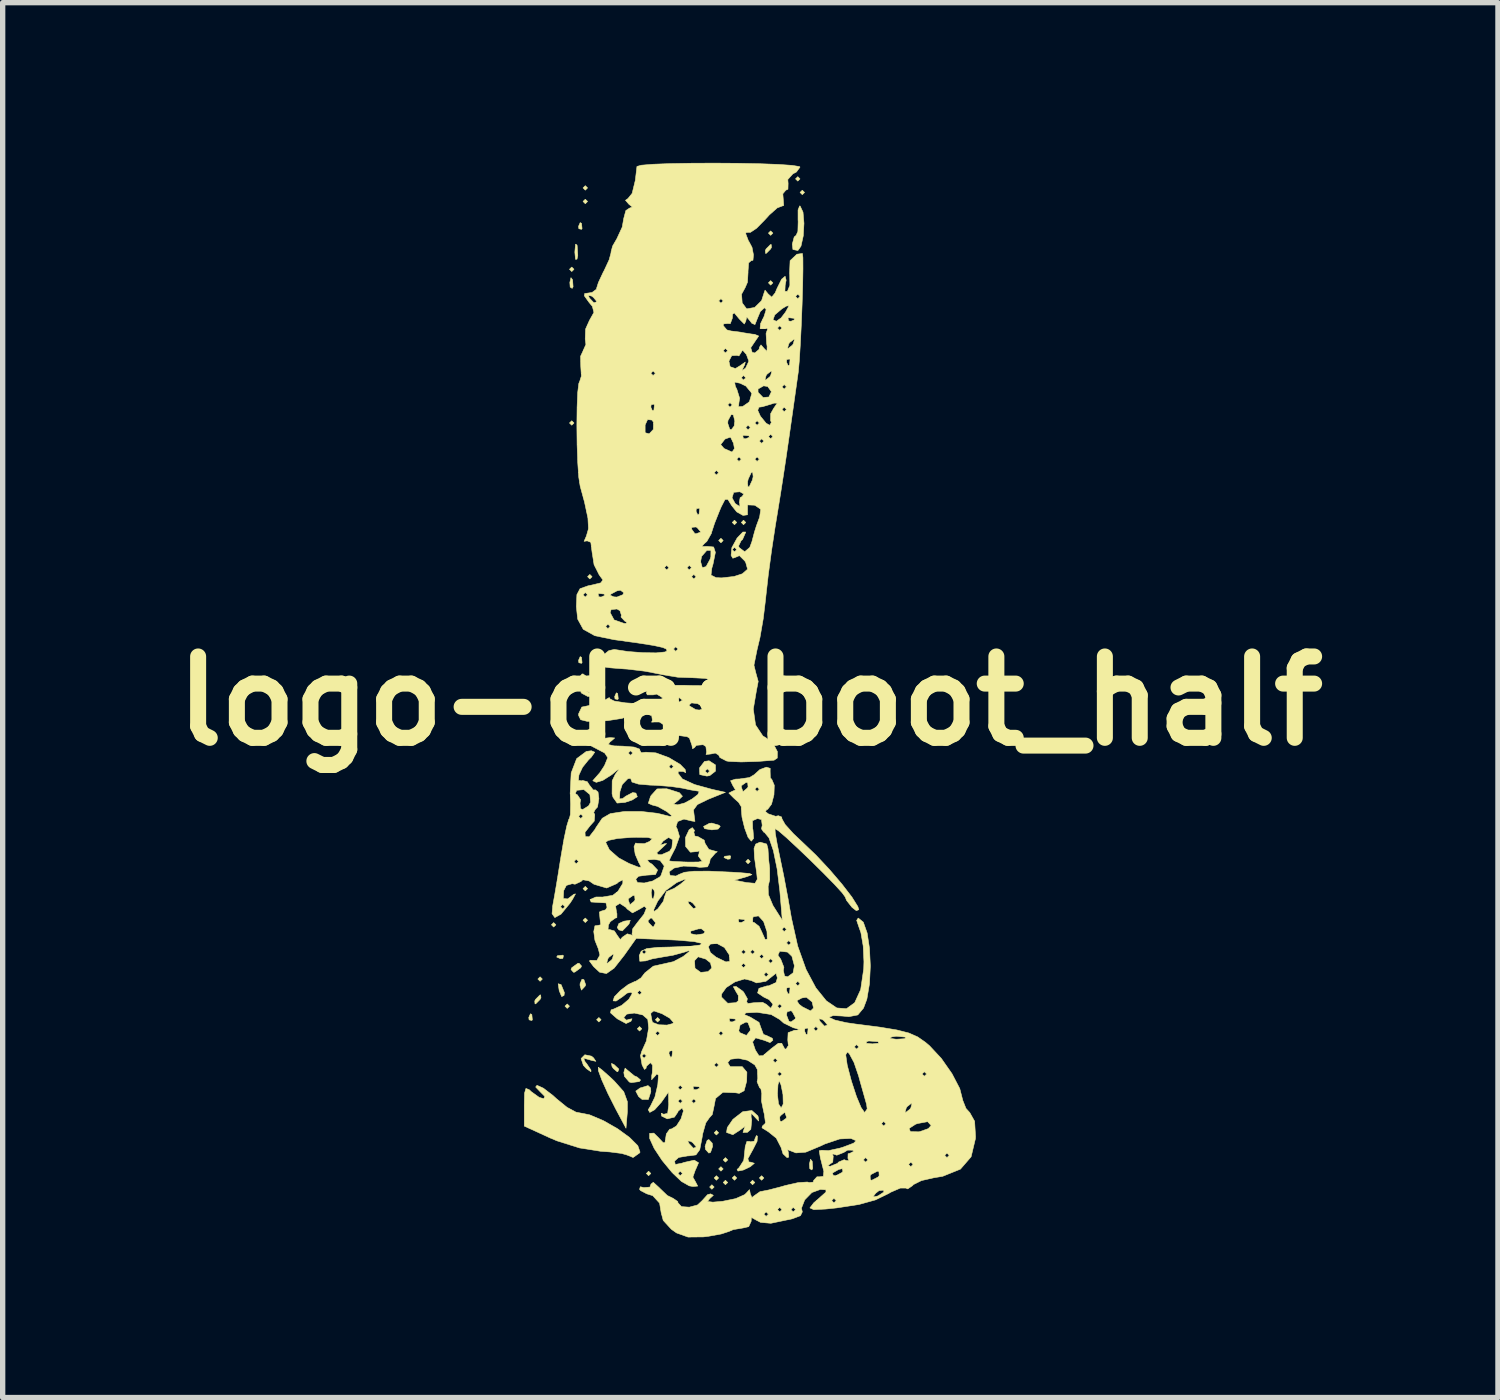
<source format=kicad_pcb>
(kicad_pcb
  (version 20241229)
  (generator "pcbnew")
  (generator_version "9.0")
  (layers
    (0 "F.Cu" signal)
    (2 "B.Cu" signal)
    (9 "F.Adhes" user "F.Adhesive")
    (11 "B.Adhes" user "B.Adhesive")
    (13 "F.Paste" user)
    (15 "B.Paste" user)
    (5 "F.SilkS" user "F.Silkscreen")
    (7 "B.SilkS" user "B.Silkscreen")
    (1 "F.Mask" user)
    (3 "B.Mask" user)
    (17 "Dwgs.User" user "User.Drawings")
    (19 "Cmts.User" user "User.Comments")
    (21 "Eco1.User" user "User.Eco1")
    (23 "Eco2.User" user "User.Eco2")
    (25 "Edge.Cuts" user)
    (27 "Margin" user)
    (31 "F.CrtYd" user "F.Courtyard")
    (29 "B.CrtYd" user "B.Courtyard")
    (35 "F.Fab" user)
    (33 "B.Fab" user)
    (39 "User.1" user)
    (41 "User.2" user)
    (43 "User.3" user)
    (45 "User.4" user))
  (footprint "logo-dasboot_half"
    (layer "F.Cu")
    (at 11.002 10.079)
    (property "Reference" "logo-dasboot_half" (at 0 0 0) (layer "F.SilkS") (effects (font (size 1.524 1.524) (thickness 0.3))))
    (attr through_hole)
    (fp_poly (pts (xy -3.895 5.207) (xy -3.937 5.249) (xy -3.979 5.207) (xy -3.937 5.165) (xy -3.895 5.207)) (stroke (width 0.01) (type solid)) (fill yes) (layer "F.SilkS"))
    (fp_poly (pts (xy -3.641 4.191) (xy -3.683 4.233) (xy -3.725 4.191) (xy -3.683 4.149) (xy -3.641 4.191)) (stroke (width 0.01) (type solid)) (fill yes) (layer "F.SilkS"))
    (fp_poly (pts (xy -3.387 5.715) (xy -3.429 5.757) (xy -3.471 5.715) (xy -3.429 5.673) (xy -3.387 5.715)) (stroke (width 0.01) (type solid)) (fill yes) (layer "F.SilkS"))
    (fp_poly (pts (xy -3.302 -8.086) (xy -3.344 -8.043) (xy -3.387 -8.086) (xy -3.344 -8.128) (xy -3.302 -8.086)) (stroke (width 0.01) (type solid)) (fill yes) (layer "F.SilkS"))
    (fp_poly (pts (xy -3.302 -5.207) (xy -3.344 -5.165) (xy -3.387 -5.207) (xy -3.344 -5.249) (xy -3.302 -5.207)) (stroke (width 0.01) (type solid)) (fill yes) (layer "F.SilkS"))
    (fp_poly (pts (xy -3.048 -9.61) (xy -3.09 -9.567) (xy -3.133 -9.61) (xy -3.09 -9.652) (xy -3.048 -9.61)) (stroke (width 0.01) (type solid)) (fill yes) (layer "F.SilkS"))
    (fp_poly (pts (xy -3.048 -9.356) (xy -3.09 -9.313) (xy -3.133 -9.356) (xy -3.09 -9.398) (xy -3.048 -9.356)) (stroke (width 0.01) (type solid)) (fill yes) (layer "F.SilkS"))
    (fp_poly (pts (xy -3.048 3.514) (xy -3.09 3.556) (xy -3.133 3.514) (xy -3.09 3.471) (xy -3.048 3.514)) (stroke (width 0.01) (type solid)) (fill yes) (layer "F.SilkS"))
    (fp_poly (pts (xy -3.048 4.106) (xy -3.09 4.149) (xy -3.133 4.106) (xy -3.09 4.064) (xy -3.048 4.106)) (stroke (width 0.01) (type solid)) (fill yes) (layer "F.SilkS"))
    (fp_poly (pts (xy -2.963 -2.328) (xy -3.006 -2.286) (xy -3.048 -2.328) (xy -3.006 -2.371) (xy -2.963 -2.328)) (stroke (width 0.01) (type solid)) (fill yes) (layer "F.SilkS"))
    (fp_poly (pts (xy -2.794 -0.212) (xy -2.836 -0.169) (xy -2.879 -0.212) (xy -2.836 -0.254) (xy -2.794 -0.212)) (stroke (width 0.01) (type solid)) (fill yes) (layer "F.SilkS"))
    (fp_poly (pts (xy -2.794 5.969) (xy -2.836 6.011) (xy -2.879 5.969) (xy -2.836 5.927) (xy -2.794 5.969)) (stroke (width 0.01) (type solid)) (fill yes) (layer "F.SilkS"))
    (fp_poly (pts (xy -2.032 -0.212) (xy -2.074 -0.169) (xy -2.117 -0.212) (xy -2.074 -0.254) (xy -2.032 -0.212)) (stroke (width 0.01) (type solid)) (fill yes) (layer "F.SilkS"))
    (fp_poly (pts (xy -2.032 6.138) (xy -2.074 6.181) (xy -2.117 6.138) (xy -2.074 6.096) (xy -2.032 6.138)) (stroke (width 0.01) (type solid)) (fill yes) (layer "F.SilkS"))
    (fp_poly (pts (xy -1.863 8.848) (xy -1.905 8.89) (xy -1.947 8.848) (xy -1.905 8.805) (xy -1.863 8.848)) (stroke (width 0.01) (type solid)) (fill yes) (layer "F.SilkS"))
    (fp_poly (pts (xy -1.693 5.969) (xy -1.736 6.011) (xy -1.778 5.969) (xy -1.736 5.927) (xy -1.693 5.969)) (stroke (width 0.01) (type solid)) (fill yes) (layer "F.SilkS"))
    (fp_poly (pts (xy -0.677 9.102) (xy -0.72 9.144) (xy -0.762 9.102) (xy -0.72 9.059) (xy -0.677 9.102)) (stroke (width 0.01) (type solid)) (fill yes) (layer "F.SilkS"))
    (fp_poly (pts (xy -0.593 8.086) (xy -0.635 8.128) (xy -0.677 8.086) (xy -0.635 8.043) (xy -0.593 8.086)) (stroke (width 0.01) (type solid)) (fill yes) (layer "F.SilkS"))
    (fp_poly (pts (xy -0.593 8.932) (xy -0.635 8.975) (xy -0.677 8.932) (xy -0.635 8.89) (xy -0.593 8.932)) (stroke (width 0.01) (type solid)) (fill yes) (layer "F.SilkS"))
    (fp_poly (pts (xy -0.508 -3.006) (xy -0.55 -2.963) (xy -0.593 -3.006) (xy -0.55 -3.048) (xy -0.508 -3.006)) (stroke (width 0.01) (type solid)) (fill yes) (layer "F.SilkS"))
    (fp_poly (pts (xy -0.508 8.763) (xy -0.55 8.805) (xy -0.593 8.763) (xy -0.55 8.721) (xy -0.508 8.763)) (stroke (width 0.01) (type solid)) (fill yes) (layer "F.SilkS"))
    (fp_poly (pts (xy -0.423 8.594) (xy -0.466 8.636) (xy -0.508 8.594) (xy -0.466 8.551) (xy -0.423 8.594)) (stroke (width 0.01) (type solid)) (fill yes) (layer "F.SilkS"))
    (fp_poly (pts (xy -0.423 9.017) (xy -0.466 9.059) (xy -0.508 9.017) (xy -0.466 8.975) (xy -0.423 9.017)) (stroke (width 0.01) (type solid)) (fill yes) (layer "F.SilkS"))
    (fp_poly (pts (xy -0.254 -3.344) (xy -0.296 -3.302) (xy -0.339 -3.344) (xy -0.296 -3.387) (xy -0.254 -3.344)) (stroke (width 0.01) (type solid)) (fill yes) (layer "F.SilkS"))
    (fp_poly (pts (xy -0.254 8.932) (xy -0.296 8.975) (xy -0.339 8.932) (xy -0.296 8.89) (xy -0.254 8.932)) (stroke (width 0.01) (type solid)) (fill yes) (layer "F.SilkS"))
    (fp_poly (pts (xy -0.085 -3.344) (xy -0.127 -3.302) (xy -0.169 -3.344) (xy -0.127 -3.387) (xy -0.085 -3.344)) (stroke (width 0.01) (type solid)) (fill yes) (layer "F.SilkS"))
    (fp_poly (pts (xy 0 3.006) (xy -0.042 3.048) (xy -0.085 3.006) (xy -0.042 2.963) (xy 0 3.006)) (stroke (width 0.01) (type solid)) (fill yes) (layer "F.SilkS"))
    (fp_poly (pts (xy 0.085 9.017) (xy 0.042 9.059) (xy 0 9.017) (xy 0.042 8.975) (xy 0.085 9.017)) (stroke (width 0.01) (type solid)) (fill yes) (layer "F.SilkS"))
    (fp_poly (pts (xy 0.254 8.932) (xy 0.212 8.975) (xy 0.169 8.932) (xy 0.212 8.89) (xy 0.254 8.932)) (stroke (width 0.01) (type solid)) (fill yes) (layer "F.SilkS"))
    (fp_poly (pts (xy 0.423 -8.763) (xy 0.381 -8.721) (xy 0.339 -8.763) (xy 0.381 -8.805) (xy 0.423 -8.763)) (stroke (width 0.01) (type solid)) (fill yes) (layer "F.SilkS"))
    (fp_poly (pts (xy 0.423 -7.832) (xy 0.381 -7.789) (xy 0.339 -7.832) (xy 0.381 -7.874) (xy 0.423 -7.832)) (stroke (width 0.01) (type solid)) (fill yes) (layer "F.SilkS"))
    (fp_poly (pts (xy 0.931 -9.779) (xy 0.889 -9.737) (xy 0.847 -9.779) (xy 0.889 -9.821) (xy 0.931 -9.779)) (stroke (width 0.01) (type solid)) (fill yes) (layer "F.SilkS"))
    (fp_poly (pts (xy 1.016 -9.525) (xy 0.974 -9.483) (xy 0.931 -9.525) (xy 0.974 -9.567) (xy 1.016 -9.525)) (stroke (width 0.01) (type solid)) (fill yes) (layer "F.SilkS"))
    (fp_poly (pts (xy -4.092 5.87) (xy -4.082 5.971) (xy -4.092 5.983) (xy -4.143 5.971) (xy -4.149 5.927) (xy -4.118 5.857) (xy -4.092 5.87)) (stroke (width 0.01) (type solid)) (fill yes) (layer "F.SilkS"))
    (fp_poly (pts (xy -3.5 4.77) (xy -3.511 4.82) (xy -3.556 4.826) (xy -3.626 4.795) (xy -3.612 4.77) (xy -3.512 4.759) (xy -3.5 4.77)) (stroke (width 0.01) (type solid)) (fill yes) (layer "F.SilkS"))
    (fp_poly (pts (xy -3.329 -7.89) (xy -3.319 -7.758) (xy -3.336 -7.728) (xy -3.374 -7.753) (xy -3.38 -7.839) (xy -3.359 -7.929) (xy -3.329 -7.89)) (stroke (width 0.01) (type solid)) (fill yes) (layer "F.SilkS"))
    (fp_poly (pts (xy -3.161 -8.946) (xy -3.151 -8.846) (xy -3.161 -8.834) (xy -3.211 -8.845) (xy -3.217 -8.89) (xy -3.186 -8.96) (xy -3.161 -8.946)) (stroke (width 0.01) (type solid)) (fill yes) (layer "F.SilkS"))
    (fp_poly (pts (xy -3.161 -0.818) (xy -3.151 -0.718) (xy -3.161 -0.706) (xy -3.211 -0.717) (xy -3.217 -0.762) (xy -3.186 -0.832) (xy -3.161 -0.818)) (stroke (width 0.01) (type solid)) (fill yes) (layer "F.SilkS"))
    (fp_poly (pts (xy -3.161 0.706) (xy -3.151 0.806) (xy -3.161 0.818) (xy -3.211 0.807) (xy -3.217 0.762) (xy -3.186 0.692) (xy -3.161 0.706)) (stroke (width 0.01) (type solid)) (fill yes) (layer "F.SilkS"))
    (fp_poly (pts (xy -2.484 -0.141) (xy -2.473 -0.041) (xy -2.484 -0.028) (xy -2.534 -0.04) (xy -2.54 -0.085) (xy -2.509 -0.154) (xy -2.484 -0.141)) (stroke (width 0.01) (type solid)) (fill yes) (layer "F.SilkS"))
    (fp_poly (pts (xy -0.367 2.907) (xy -0.379 2.957) (xy -0.423 2.963) (xy -0.493 2.932) (xy -0.48 2.907) (xy -0.379 2.897) (xy -0.367 2.907)) (stroke (width 0.01) (type solid)) (fill yes) (layer "F.SilkS"))
    (fp_poly (pts (xy 1.159 8.62) (xy 1.169 8.752) (xy 1.152 8.782) (xy 1.113 8.757) (xy 1.107 8.671) (xy 1.128 8.581) (xy 1.159 8.62)) (stroke (width 0.01) (type solid)) (fill yes) (layer "F.SilkS"))
    (fp_poly (pts (xy -3.546 5.31) (xy -3.542 5.314) (xy -3.482 5.461) (xy -3.489 5.515) (xy -3.533 5.535) (xy -3.579 5.425) (xy -3.598 5.295) (xy -3.546 5.31)) (stroke (width 0.01) (type solid)) (fill yes) (layer "F.SilkS"))
    (fp_poly (pts (xy -3.117 5.217) (xy -3.083 5.315) (xy -3.094 5.34) (xy -3.163 5.414) (xy -3.189 5.327) (xy -3.189 5.295) (xy -3.152 5.21) (xy -3.117 5.217)) (stroke (width 0.01) (type solid)) (fill yes) (layer "F.SilkS"))
    (fp_poly (pts (xy -3.095 -0.202) (xy -2.976 -0.133) (xy -2.996 -0.089) (xy -3.043 -0.085) (xy -3.158 -0.146) (xy -3.174 -0.168) (xy -3.161 -0.216) (xy -3.095 -0.202)) (stroke (width 0.01) (type solid)) (fill yes) (layer "F.SilkS"))
    (fp_poly (pts (xy -2.553 6.808) (xy -2.462 6.893) (xy -2.481 6.942) (xy -2.493 6.943) (xy -2.564 6.883) (xy -2.59 6.845) (xy -2.6 6.787) (xy -2.553 6.808)) (stroke (width 0.01) (type solid)) (fill yes) (layer "F.SilkS"))
    (fp_poly (pts (xy -3.921 5.558) (xy -3.937 5.588) (xy -4.017 5.669) (xy -4.032 5.673) (xy -4.037 5.618) (xy -4.022 5.588) (xy -3.942 5.507) (xy -3.927 5.503) (xy -3.921 5.558)) (stroke (width 0.01) (type solid)) (fill yes) (layer "F.SilkS"))
    (fp_poly (pts (xy -3.248 -8.543) (xy -3.243 -8.529) (xy -3.231 -8.344) (xy -3.246 -8.275) (xy -3.274 -8.272) (xy -3.286 -8.404) (xy -3.285 -8.424) (xy -3.273 -8.556) (xy -3.248 -8.543)) (stroke (width 0.01) (type solid)) (fill yes) (layer "F.SilkS"))
    (fp_poly (pts (xy -3.161 4.963) (xy -3.175 4.995) (xy -3.287 5.077) (xy -3.312 5.08) (xy -3.358 5.028) (xy -3.344 4.995) (xy -3.232 4.914) (xy -3.207 4.911) (xy -3.161 4.963)) (stroke (width 0.01) (type solid)) (fill yes) (layer "F.SilkS"))
    (fp_poly (pts (xy -3.05 -0.444) (xy -3.048 -0.423) (xy -3.112 -0.341) (xy -3.133 -0.339) (xy -3.215 -0.403) (xy -3.217 -0.423) (xy -3.153 -0.506) (xy -3.133 -0.508) (xy -3.05 -0.444)) (stroke (width 0.01) (type solid)) (fill yes) (layer "F.SilkS"))
    (fp_poly (pts (xy -2.27 4.171) (xy -2.292 4.198) (xy -2.397 4.305) (xy -2.462 4.286) (xy -2.492 4.243) (xy -2.461 4.166) (xy -2.365 4.123) (xy -2.248 4.106) (xy -2.27 4.171)) (stroke (width 0.01) (type solid)) (fill yes) (layer "F.SilkS"))
    (fp_poly (pts (xy -2.198 0.405) (xy -2.171 0.466) (xy -2.169 0.575) (xy -2.204 0.593) (xy -2.277 0.524) (xy -2.286 0.466) (xy -2.268 0.353) (xy -2.253 0.339) (xy -2.198 0.405)) (stroke (width 0.01) (type solid)) (fill yes) (layer "F.SilkS"))
    (fp_poly (pts (xy -1.867 7.247) (xy -1.863 7.319) (xy -1.91 7.463) (xy -2.026 7.462) (xy -2.092 7.407) (xy -2.145 7.305) (xy -2.064 7.247) (xy -1.915 7.202) (xy -1.867 7.247)) (stroke (width 0.01) (type solid)) (fill yes) (layer "F.SilkS"))
    (fp_poly (pts (xy -0.713 8.281) (xy -0.706 8.34) (xy -0.744 8.452) (xy -0.776 8.467) (xy -0.839 8.398) (xy -0.847 8.34) (xy -0.808 8.227) (xy -0.776 8.213) (xy -0.713 8.281)) (stroke (width 0.01) (type solid)) (fill yes) (layer "F.SilkS"))
    (fp_poly (pts (xy -0.587 2.326) (xy -0.563 2.349) (xy -0.603 2.398) (xy -0.72 2.413) (xy -0.855 2.391) (xy -0.876 2.349) (xy -0.767 2.291) (xy -0.72 2.286) (xy -0.587 2.326)) (stroke (width 0.01) (type solid)) (fill yes) (layer "F.SilkS"))
    (fp_poly (pts (xy 0.397 -8.497) (xy 0.381 -8.467) (xy 0.301 -8.386) (xy 0.286 -8.382) (xy 0.281 -8.437) (xy 0.296 -8.467) (xy 0.376 -8.548) (xy 0.391 -8.551) (xy 0.397 -8.497)) (stroke (width 0.01) (type solid)) (fill yes) (layer "F.SilkS"))
    (fp_poly (pts (xy -2.306 6.909) (xy -2.173 7.019) (xy -2.121 7.041) (xy -2.055 7.098) (xy -2.079 7.127) (xy -2.226 7.146) (xy -2.265 7.136) (xy -2.357 7.03) (xy -2.369 6.957) (xy -2.345 6.875) (xy -2.306 6.909)) (stroke (width 0.01) (type solid)) (fill yes) (layer "F.SilkS"))
    (fp_poly (pts (xy -2.775 6.911) (xy -2.625 7.044) (xy -2.548 7.117) (xy -2.37 7.317) (xy -2.302 7.504) (xy -2.302 7.689) (xy -2.328 8.001) (xy -2.522 7.638) (xy -2.667 7.351) (xy -2.78 7.1) (xy -2.845 6.923) (xy -2.847 6.858) (xy -2.775 6.911)) (stroke (width 0.01) (type solid)) (fill yes) (layer "F.SilkS"))
    (fp_poly (pts (xy -2.974 6.651) (xy -2.935 6.684) (xy -2.892 6.748) (xy -2.986 6.727) (xy -3.006 6.72) (xy -3.121 6.688) (xy -3.1 6.747) (xy -3.059 6.8) (xy -2.984 6.912) (xy -2.985 6.943) (xy -3.068 6.886) (xy -3.126 6.823) (xy -3.169 6.696) (xy -3.099 6.625) (xy -2.974 6.651)) (stroke (width 0.01) (type solid)) (fill yes) (layer "F.SilkS"))
    (fp_poly (pts (xy -0.652 1.197) (xy -0.652 1.313) (xy -0.76 1.397) (xy -0.814 1.406) (xy -0.946 1.378) (xy -0.949 1.312) (xy -0.847 1.312) (xy -0.804 1.355) (xy -0.762 1.312) (xy -0.804 1.27) (xy -0.847 1.312) (xy -0.949 1.312) (xy -0.952 1.254) (xy -0.858 1.131) (xy -0.772 1.119) (xy -0.652 1.197)) (stroke (width 0.01) (type solid)) (fill yes) (layer "F.SilkS"))
    (fp_poly (pts (xy 0.933 -9.27) (xy 0.987 -9.156) (xy 1.005 -8.947) (xy 0.992 -8.713) (xy 0.949 -8.519) (xy 0.891 -8.437) (xy 0.798 -8.456) (xy 0.786 -8.556) (xy 0.822 -8.691) (xy 0.858 -8.721) (xy 0.891 -8.795) (xy 0.896 -8.977) (xy 0.894 -9.015) (xy 0.894 -9.197) (xy 0.924 -9.273) (xy 0.933 -9.27)) (stroke (width 0.01) (type solid)) (fill yes) (layer "F.SilkS"))
    (fp_poly (pts (xy 0.134 8.149) (xy 0.127 8.246) (xy 0.043 8.411) (xy 0.039 8.417) (xy -0.046 8.572) (xy -0.026 8.632) (xy 0.011 8.637) (xy 0.076 8.657) (xy 0 8.721) (xy -0.132 8.784) (xy -0.231 8.803) (xy -0.248 8.773) (xy -0.212 8.741) (xy -0.124 8.605) (xy -0.119 8.572) (xy -0.095 8.344) (xy -0.064 8.248) (xy -0.012 8.248) (xy 0 8.255) (xy 0.077 8.242) (xy 0.085 8.204) (xy 0.114 8.138) (xy 0.134 8.149)) (stroke (width 0.01) (type solid)) (fill yes) (layer "F.SilkS"))
    (fp_poly (pts (xy 0.141 7.769) (xy 0.15 7.797) (xy 0.156 7.866) (xy 0.089 7.796) (xy 0.084 7.789) (xy 0.016 7.719) (xy 0.015 7.793) (xy 0.026 7.847) (xy 0.01 8.021) (xy -0.056 8.079) (xy -0.137 8.08) (xy -0.119 8.021) (xy -0.096 7.96) (xy -0.174 8.022) (xy -0.326 8.122) (xy -0.442 8.082) (xy -0.445 8.078) (xy -0.431 7.988) (xy -0.328 7.838) (xy -0.324 7.833) (xy -0.141 7.691) (xy 0.029 7.669) (xy 0.141 7.769)) (stroke (width 0.01) (type solid)) (fill yes) (layer "F.SilkS"))
    (fp_poly (pts (xy -3.875 7.251) (xy -3.696 7.388) (xy -3.627 7.451) (xy -3.433 7.609) (xy -3.266 7.699) (xy -3.226 7.707) (xy -3.009 7.75) (xy -2.751 7.859) (xy -2.488 8.009) (xy -2.261 8.174) (xy -2.107 8.328) (xy -2.065 8.448) (xy -2.072 8.462) (xy -2.195 8.549) (xy -2.305 8.504) (xy -2.41 8.473) (xy -2.628 8.445) (xy -2.806 8.432) (xy -3.198 8.37) (xy -3.618 8.238) (xy -3.747 8.184) (xy -4.233 7.961) (xy -4.233 7.573) (xy -4.228 7.343) (xy -4.202 7.255) (xy -4.14 7.28) (xy -4.1 7.318) (xy -3.952 7.424) (xy -3.867 7.448) (xy -3.848 7.405) (xy -3.932 7.321) (xy -4.02 7.229) (xy -3.995 7.197) (xy -3.875 7.251)) (stroke (width 0.01) (type solid)) (fill yes) (layer "F.SilkS"))
    (fp_poly (pts (xy -0.241 -10.071) (xy 0.17 -10.063) (xy 0.522 -10.05) (xy 0.782 -10.032) (xy 0.919 -10.01) (xy 0.931 -10) (xy 0.864 -9.908) (xy 0.796 -9.872) (xy 0.702 -9.767) (xy 0.708 -9.694) (xy 0.705 -9.585) (xy 0.665 -9.567) (xy 0.609 -9.5) (xy 0.617 -9.398) (xy 0.626 -9.281) (xy 0.595 -9.27) (xy 0.505 -9.236) (xy 0.356 -9.104) (xy 0.277 -9.017) (xy 0.117 -8.854) (xy -0.000101 -8.776) (xy -0.03 -8.778) (xy -0.082 -8.773) (xy -0.085 -8.749) (xy -0.033 -8.613) (xy -0.026 -8.606) (xy 0.032 -8.497) (xy 0.059 -8.356) (xy 0.05 -8.255) (xy 0.014 -8.246) (xy -0.031 -8.206) (xy -0.043 -8.048) (xy -0.042 -8.036) (xy -0.053 -7.843) (xy -0.098 -7.739) (xy -0.164 -7.619) (xy -0.152 -7.456) (xy -0.071 -7.348) (xy -0.064 -7.345) (xy 0.082 -7.371) (xy 0.211 -7.498) (xy 0.255 -7.635) (xy 0.276 -7.695) (xy 0.335 -7.623) (xy 0.402 -7.564) (xy 0.413 -7.578) (xy 0.847 -7.578) (xy 0.889 -7.535) (xy 0.931 -7.578) (xy 0.889 -7.62) (xy 0.847 -7.578) (xy 0.413 -7.578) (xy 0.466 -7.645) (xy 0.501 -7.729) (xy 0.586 -7.9) (xy 0.652 -7.955) (xy 0.671 -7.881) (xy 0.653 -7.789) (xy 0.648 -7.673) (xy 0.695 -7.673) (xy 0.741 -7.785) (xy 0.738 -7.985) (xy 0.735 -8.005) (xy 0.745 -8.247) (xy 0.873 -8.368) (xy 0.976 -8.382) (xy 0.985 -8.304) (xy 0.986 -8.094) (xy 0.981 -7.79) (xy 0.97 -7.429) (xy 0.955 -7.048) (xy 0.937 -6.686) (xy 0.918 -6.379) (xy 0.899 -6.165) (xy 0.895 -6.138) (xy 0.803 -5.486) (xy 0.729 -4.967) (xy 0.668 -4.546) (xy 0.614 -4.189) (xy 0.563 -3.861) (xy 0.509 -3.528) (xy 0.465 -3.26) (xy 0.399 -2.825) (xy 0.337 -2.365) (xy 0.292 -1.968) (xy 0.286 -1.905) (xy 0.242 -1.541) (xy 0.181 -1.189) (xy 0.126 -0.959) (xy 0.068 -0.671) (xy 0.105 -0.521) (xy 0.148 -0.367) (xy 0.115 -0.197) (xy 0.056 0.151) (xy 0.098 0.448) (xy 0.234 0.653) (xy 0.302 0.695) (xy 0.432 0.803) (xy 0.507 0.947) (xy 0.505 1.068) (xy 0.445 1.108) (xy 0.131 1.132) (xy -0.172 1.141) (xy -0.396 1.131) (xy -0.445 1.123) (xy -0.57 1.058) (xy -0.593 1.012) (xy -0.656 0.974) (xy -0.734 0.991) (xy -0.829 1.002) (xy -0.819 0.955) (xy -0.832 0.852) (xy -0.884 0.818) (xy -1.012 0.83) (xy -1.046 0.873) (xy -1.082 0.893) (xy -1.094 0.826) (xy -1.14 0.694) (xy -1.185 0.667) (xy -1.333 0.647) (xy -1.34 0.646) (xy -1.447 0.583) (xy -1.558 0.486) (xy -1.703 0.393) (xy -1.798 0.393) (xy -1.849 0.396) (xy -1.834 0.361) (xy -1.846 0.276) (xy -1.965 0.23) (xy -2.131 0.234) (xy -2.239 0.273) (xy -2.408 0.326) (xy -2.669 0.367) (xy -2.801 0.377) (xy -3.053 0.381) (xy -3.177 0.35) (xy -3.216 0.271) (xy -3.217 0.242) (xy -3.196 0.198) (xy -0.395 0.198) (xy -0.383 0.248) (xy -0.339 0.254) (xy -0.269 0.223) (xy -0.282 0.198) (xy -0.383 0.187) (xy -0.395 0.198) (xy -3.196 0.198) (xy -3.156 0.113) (xy -3.023 0.085) (xy -2.971 0.074) (xy -1.146 0.074) (xy -1.138 0.092) (xy -1.022 0.161) (xy -0.955 0.169) (xy -0.867 0.142) (xy -0.877 0.11) (xy -0.987 0.049) (xy -1.101 0.035) (xy -1.146 0.074) (xy -2.971 0.074) (xy -2.824 0.043) (xy -2.726 -0.017) (xy -2.641 -0.065) (xy -2.625 -0.038) (xy -2.547 0.001) (xy -2.339 0.034) (xy -2.043 0.054) (xy -1.947 0.057) (xy -1.585 0.055) (xy -1.353 0.03) (xy -1.27 -0.016) (xy -1.27 -0.016) (xy -1.34 -0.068) (xy -1.482 -0.064) (xy -1.639 -0.057) (xy -1.693 -0.094) (xy -1.756 -0.13) (xy -1.82 -0.115) (xy -1.929 -0.115) (xy -1.947 -0.151) (xy -1.916 -0.227) (xy -1.805 -0.273) (xy -1.587 -0.294) (xy -1.234 -0.295) (xy -1.108 -0.291) (xy -0.793 -0.288) (xy -0.629 -0.301) (xy -0.599 -0.332) (xy -0.614 -0.344) (xy -0.423 -0.344) (xy -0.362 -0.257) (xy -0.339 -0.254) (xy -0.256 -0.283) (xy -0.254 -0.291) (xy -0.313 -0.364) (xy -0.339 -0.381) (xy -0.417 -0.374) (xy -0.423 -0.344) (xy -0.614 -0.344) (xy -0.642 -0.365) (xy -0.841 -0.424) (xy -1.081 -0.436) (xy -1.359 -0.446) (xy -1.656 -0.495) (xy -1.674 -0.5) (xy -1.971 -0.558) (xy -2.304 -0.598) (xy -2.371 -0.602) (xy -2.614 -0.621) (xy -2.782 -0.644) (xy -2.813 -0.654) (xy -2.838 -0.735) (xy -2.767 -0.85) (xy -2.649 -0.944) (xy -2.548 -0.966) (xy -2.292 -0.927) (xy -2.013 -0.906) (xy -1.763 -0.902) (xy -1.598 -0.919) (xy -1.563 -0.936) (xy -1.567 -0.97) (xy -1.574 -0.974) (xy -1.439 -0.974) (xy -1.397 -0.931) (xy -1.355 -0.974) (xy -1.397 -1.016) (xy -1.439 -0.974) (xy -1.574 -0.974) (xy -1.64 -1.003) (xy -1.807 -1.04) (xy -2.091 -1.085) (xy -2.517 -1.144) (xy -2.557 -1.15) (xy -2.912 -1.223) (xy -3.128 -1.343) (xy -3.158 -1.397) (xy -2.709 -1.397) (xy -2.667 -1.355) (xy -2.625 -1.397) (xy -2.667 -1.439) (xy -2.709 -1.397) (xy -3.158 -1.397) (xy -3.233 -1.534) (xy -3.246 -1.655) (xy -2.625 -1.655) (xy -2.551 -1.519) (xy -2.364 -1.454) (xy -2.328 -1.453) (xy -2.31 -1.475) (xy -2.35 -1.496) (xy -2.422 -1.574) (xy -2.414 -1.607) (xy -2.441 -1.691) (xy -2.498 -1.724) (xy -2.607 -1.712) (xy -2.625 -1.655) (xy -3.246 -1.655) (xy -3.258 -1.77) (xy -3.248 -1.99) (xy -3.133 -1.99) (xy -3.09 -1.947) (xy -3.048 -1.99) (xy -3.062 -2.004) (xy -2.85 -2.004) (xy -2.839 -1.953) (xy -2.794 -1.947) (xy -2.724 -1.978) (xy -2.726 -1.981) (xy -2.625 -1.981) (xy -2.556 -1.951) (xy -2.498 -1.947) (xy -2.385 -1.992) (xy -2.371 -2.029) (xy -2.433 -2.076) (xy -2.498 -2.063) (xy -2.609 -2.003) (xy -2.625 -1.981) (xy -2.726 -1.981) (xy -2.738 -2.004) (xy -2.838 -2.014) (xy -2.85 -2.004) (xy -3.062 -2.004) (xy -3.09 -2.032) (xy -3.133 -1.99) (xy -3.248 -1.99) (xy -3.248 -1.993) (xy -3.189 -2.104) (xy -3.041 -2.157) (xy -2.981 -2.169) (xy -2.8 -2.213) (xy -2.761 -2.269) (xy -2.805 -2.328) (xy -1.101 -2.328) (xy -1.058 -2.286) (xy -1.016 -2.328) (xy -1.058 -2.371) (xy -1.101 -2.328) (xy -2.805 -2.328) (xy -2.832 -2.366) (xy -2.898 -2.498) (xy -1.609 -2.498) (xy -1.566 -2.455) (xy -1.524 -2.498) (xy -1.185 -2.498) (xy -1.143 -2.455) (xy -1.101 -2.498) (xy -1.143 -2.54) (xy -1.185 -2.498) (xy -1.524 -2.498) (xy -1.566 -2.54) (xy -1.609 -2.498) (xy -2.898 -2.498) (xy -2.926 -2.552) (xy -2.935 -2.611) (xy -0.931 -2.611) (xy -0.899 -2.497) (xy -0.828 -2.518) (xy -0.753 -2.656) (xy -0.739 -2.702) (xy -0.738 -2.821) (xy -0.814 -2.821) (xy -0.912 -2.709) (xy -0.931 -2.611) (xy -2.935 -2.611) (xy -2.963 -2.784) (xy -2.977 -2.894) (xy -0.909 -2.894) (xy -0.804 -2.896) (xy -0.687 -2.885) (xy -0.654 -2.784) (xy -0.698 -2.566) (xy -0.721 -2.487) (xy -0.736 -2.358) (xy -0.642 -2.311) (xy -0.536 -2.306) (xy -0.303 -2.333) (xy -0.149 -2.383) (xy -0.051 -2.469) (xy -0.086 -2.595) (xy -0.104 -2.624) (xy -0.204 -2.723) (xy -0.26 -2.699) (xy -0.328 -2.674) (xy -0.36 -2.729) (xy -0.349 -2.836) (xy -0.339 -2.836) (xy -0.296 -2.794) (xy -0.254 -2.836) (xy -0.296 -2.879) (xy -0.339 -2.836) (xy -0.349 -2.836) (xy -0.345 -2.874) (xy -0.247 -3.053) (xy -0.139 -3.166) (xy -0.087 -3.166) (xy -0.087 -3.159) (xy -0.147 -3.023) (xy -0.171 -3.005) (xy -0.22 -2.903) (xy -0.208 -2.873) (xy -0.105 -2.796) (xy -0.01 -2.877) (xy 0.03 -2.985) (xy 0.078 -3.166) (xy 0.114 -3.281) (xy 0.168 -3.427) (xy 0.174 -3.442) (xy 0.196 -3.591) (xy 0.089 -3.664) (xy 0.073 -3.668) (xy -0.051 -3.673) (xy -0.052 -3.592) (xy -0.052 -3.488) (xy -0.136 -3.476) (xy -0.255 -3.543) (xy -0.35 -3.662) (xy -0.421 -3.777) (xy -0.474 -3.774) (xy -0.545 -3.637) (xy -0.579 -3.556) (xy -0.669 -3.33) (xy -0.725 -3.159) (xy -0.728 -3.141) (xy -0.814 -2.989) (xy -0.862 -2.947) (xy -0.909 -2.894) (xy -2.977 -2.894) (xy -2.987 -2.973) (xy -3.056 -3) (xy -3.059 -2.999) (xy -3.113 -2.991) (xy -3.07 -3.09) (xy -3.032 -3.222) (xy -1.101 -3.222) (xy -1.039 -3.136) (xy -1.016 -3.133) (xy -0.934 -3.162) (xy -0.931 -3.17) (xy -0.991 -3.242) (xy -1.016 -3.26) (xy -1.094 -3.253) (xy -1.101 -3.222) (xy -3.032 -3.222) (xy -3.031 -3.224) (xy -3.041 -3.424) (xy -3.069 -3.556) (xy -1.016 -3.556) (xy -0.985 -3.486) (xy -0.96 -3.5) (xy -0.949 -3.6) (xy -0.96 -3.612) (xy -1.01 -3.601) (xy -1.016 -3.556) (xy -3.069 -3.556) (xy -3.105 -3.725) (xy -3.127 -3.806) (xy -0.342 -3.806) (xy -0.282 -3.697) (xy -0.196 -3.642) (xy -0.198 -3.702) (xy -0.207 -3.718) (xy -0.19 -3.809) (xy -0.153 -3.83) (xy -0.122 -3.878) (xy -0.195 -3.919) (xy -0.311 -3.909) (xy -0.342 -3.806) (xy -3.127 -3.806) (xy -3.186 -4.022) (xy -3.198 -4.096) (xy -0.053 -4.096) (xy -0.044 -4.009) (xy -0.019 -4.016) (xy 0.039 -4.139) (xy 0.053 -4.201) (xy 0.044 -4.289) (xy 0.019 -4.281) (xy -0.039 -4.158) (xy -0.053 -4.096) (xy -3.198 -4.096) (xy -3.213 -4.192) (xy -3.219 -4.276) (xy -0.677 -4.276) (xy -0.635 -4.233) (xy -0.593 -4.276) (xy -0.635 -4.318) (xy -0.677 -4.276) (xy -3.219 -4.276) (xy -3.232 -4.467) (xy -3.234 -4.53) (xy -0.254 -4.53) (xy -0.212 -4.487) (xy -0.169 -4.53) (xy 0.085 -4.53) (xy 0.127 -4.487) (xy 0.169 -4.53) (xy 0.127 -4.572) (xy 0.085 -4.53) (xy -0.169 -4.53) (xy -0.212 -4.572) (xy -0.254 -4.53) (xy -3.234 -4.53) (xy -3.244 -4.803) (xy -0.555 -4.803) (xy -0.491 -4.729) (xy -0.342 -4.663) (xy -0.297 -4.727) (xy -0.315 -4.828) (xy -0.334 -4.868) (xy 0.169 -4.868) (xy 0.212 -4.826) (xy 0.254 -4.868) (xy 0.212 -4.911) (xy 0.169 -4.868) (xy -0.334 -4.868) (xy -0.371 -4.943) (xy -0.468 -4.909) (xy -0.48 -4.899) (xy -0.555 -4.803) (xy -3.244 -4.803) (xy -3.244 -4.804) (xy -3.246 -4.967) (xy -0.141 -4.967) (xy -0.129 -4.917) (xy -0.085 -4.911) (xy -0.015 -4.942) (xy -0.021 -4.953) (xy 0.339 -4.953) (xy 0.381 -4.911) (xy 0.423 -4.953) (xy 0.381 -4.995) (xy 0.339 -4.953) (xy -0.021 -4.953) (xy -0.028 -4.967) (xy -0.129 -4.977) (xy -0.141 -4.967) (xy -3.246 -4.967) (xy -3.248 -5.163) (xy -3.248 -5.17) (xy -1.97 -5.17) (xy -1.97 -5.025) (xy -1.894 -5.004) (xy -1.816 -5.087) (xy -1.814 -5.202) (xy -0.423 -5.202) (xy -0.386 -5.092) (xy -0.357 -5.08) (xy -0.324 -5.122) (xy -0.085 -5.122) (xy -0.042 -5.08) (xy 0 -5.122) (xy -0.042 -5.165) (xy -0.085 -5.122) (xy -0.324 -5.122) (xy -0.302 -5.151) (xy -0.295 -5.207) (xy 0.085 -5.207) (xy 0.127 -5.165) (xy 0.169 -5.207) (xy 0.127 -5.249) (xy 0.085 -5.207) (xy -0.295 -5.207) (xy -0.29 -5.243) (xy -0.318 -5.358) (xy -0.357 -5.365) (xy -0.418 -5.254) (xy -0.423 -5.202) (xy -1.814 -5.202) (xy -1.813 -5.221) (xy -1.842 -5.262) (xy -1.924 -5.271) (xy -1.97 -5.17) (xy -3.248 -5.17) (xy -3.244 -5.501) (xy -3.244 -5.503) (xy -1.863 -5.503) (xy -1.832 -5.434) (xy -1.811 -5.445) (xy 0.139 -5.445) (xy 0.189 -5.334) (xy 0.297 -5.202) (xy 0.364 -5.165) (xy 0.395 -5.218) (xy 0.379 -5.253) (xy 0.381 -5.382) (xy 0.426 -5.461) (xy 0.593 -5.461) (xy 0.635 -5.419) (xy 0.677 -5.461) (xy 0.635 -5.503) (xy 0.593 -5.461) (xy 0.426 -5.461) (xy 0.437 -5.481) (xy 0.505 -5.58) (xy 0.444 -5.579) (xy 0.395 -5.562) (xy 0.227 -5.512) (xy 0.162 -5.503) (xy 0.139 -5.445) (xy -1.811 -5.445) (xy -1.806 -5.447) (xy -1.796 -5.546) (xy -0.423 -5.546) (xy -0.381 -5.503) (xy -0.339 -5.546) (xy -0.381 -5.588) (xy -0.423 -5.546) (xy -1.796 -5.546) (xy -1.796 -5.547) (xy -1.806 -5.56) (xy -1.857 -5.548) (xy -1.863 -5.503) (xy -3.244 -5.503) (xy -3.233 -5.776) (xy -3.212 -5.947) (xy -3.201 -5.973) (xy -0.294 -5.973) (xy -0.28 -5.893) (xy -0.252 -5.838) (xy -0.2 -5.671) (xy -0.213 -5.586) (xy -0.221 -5.512) (xy -0.142 -5.517) (xy -0.033 -5.592) (xy -0.015 -5.612) (xy 0.029 -5.764) (xy -0.038 -5.844) (xy 0.145 -5.844) (xy 0.145 -5.782) (xy 0.239 -5.685) (xy 0.348 -5.694) (xy 0.395 -5.793) (xy 0.331 -5.884) (xy 0.593 -5.884) (xy 0.635 -5.842) (xy 0.677 -5.884) (xy 0.635 -5.927) (xy 0.593 -5.884) (xy 0.331 -5.884) (xy 0.327 -5.89) (xy 0.249 -5.903) (xy 0.145 -5.844) (xy -0.038 -5.844) (xy -0.083 -5.899) (xy -0.192 -5.952) (xy -0.294 -5.973) (xy -3.201 -5.973) (xy -3.197 -5.981) (xy -3.174 -6.054) (xy -0.169 -6.054) (xy -0.127 -6.011) (xy -0.121 -6.017) (xy 0.275 -6.017) (xy 0.286 -6.011) (xy 0.364 -6.071) (xy 0.381 -6.096) (xy 0.403 -6.175) (xy 0.391 -6.181) (xy 0.314 -6.121) (xy 0.296 -6.096) (xy 0.275 -6.017) (xy -0.121 -6.017) (xy -0.085 -6.054) (xy -0.127 -6.096) (xy -0.169 -6.054) (xy -3.174 -6.054) (xy -3.164 -6.084) (xy -3.167 -6.138) (xy -1.863 -6.138) (xy -1.82 -6.096) (xy -1.778 -6.138) (xy -1.82 -6.181) (xy -1.863 -6.138) (xy -3.167 -6.138) (xy -3.175 -6.265) (xy -3.177 -6.366) (xy -0.401 -6.366) (xy -0.378 -6.261) (xy -0.279 -6.227) (xy -0.188 -6.282) (xy -0.094 -6.349) (xy -0.106 -6.296) (xy -0.123 -6.265) (xy -0.157 -6.185) (xy -0.088 -6.236) (xy -0.034 -6.35) (xy 0.677 -6.35) (xy 0.708 -6.28) (xy 0.734 -6.294) (xy 0.744 -6.394) (xy 0.734 -6.406) (xy 0.683 -6.395) (xy 0.677 -6.35) (xy -0.034 -6.35) (xy -0.027 -6.365) (xy -0.073 -6.49) (xy -0.145 -6.573) (xy -0.167 -6.536) (xy -0.213 -6.463) (xy -0.248 -6.473) (xy -0.348 -6.468) (xy -0.401 -6.366) (xy -3.177 -6.366) (xy -3.179 -6.457) (xy -3.13 -6.562) (xy -0.508 -6.562) (xy -0.466 -6.519) (xy -0.423 -6.562) (xy -0.466 -6.604) (xy -0.508 -6.562) (xy -3.13 -6.562) (xy -3.13 -6.564) (xy -3.079 -6.678) (xy -3.092 -6.78) (xy -3.085 -6.967) (xy -3.056 -7.032) (xy -0.508 -7.032) (xy -0.438 -6.95) (xy -0.36 -6.93) (xy -0.183 -6.908) (xy -0.127 -6.897) (xy 0.032 -6.872) (xy 0.08 -6.868) (xy 0.157 -6.836) (xy 0.102 -6.756) (xy 0.008 -6.616) (xy 0.035 -6.53) (xy 0.085 -6.519) (xy 0.164 -6.586) (xy 0.171 -6.625) (xy 0.2 -6.67) (xy 0.257 -6.604) (xy 0.312 -6.549) (xy 0.314 -6.61) (xy 0.698 -6.61) (xy 0.71 -6.604) (xy 0.787 -6.664) (xy 0.804 -6.689) (xy 0.826 -6.768) (xy 0.814 -6.773) (xy 0.737 -6.714) (xy 0.72 -6.689) (xy 0.698 -6.61) (xy 0.314 -6.61) (xy 0.315 -6.639) (xy 0.305 -6.705) (xy 0.295 -6.883) (xy 0.324 -6.966) (xy 0.316 -6.982) (xy 0.275 -6.974) (xy 0.183 -6.976) (xy 0.184 -6.985) (xy 0.508 -6.985) (xy 0.55 -6.943) (xy 0.593 -6.985) (xy 0.55 -7.027) (xy 0.508 -6.985) (xy 0.184 -6.985) (xy 0.192 -7.069) (xy 0.227 -7.14) (xy 0.425 -7.14) (xy 0.488 -7.112) (xy 0.567 -7.168) (xy 0.706 -7.168) (xy 0.717 -7.118) (xy 0.762 -7.112) (xy 0.832 -7.143) (xy 0.818 -7.168) (xy 0.718 -7.179) (xy 0.706 -7.168) (xy 0.567 -7.168) (xy 0.577 -7.176) (xy 0.659 -7.283) (xy 0.725 -7.402) (xy 0.678 -7.398) (xy 0.595 -7.348) (xy 0.458 -7.232) (xy 0.425 -7.14) (xy 0.227 -7.14) (xy 0.257 -7.202) (xy 0.297 -7.331) (xy 0.267 -7.366) (xy 0.187 -7.295) (xy 0.137 -7.176) (xy 0.087 -7.05) (xy 0.027 -7.076) (xy 0.001 -7.112) (xy -0.066 -7.193) (xy -0.083 -7.127) (xy -0.083 -7.117) (xy -0.112 -7.061) (xy -0.202 -7.151) (xy -0.209 -7.159) (xy -0.301 -7.27) (xy -0.332 -7.244) (xy -0.336 -7.171) (xy -0.375 -7.067) (xy -0.423 -7.07) (xy -0.501 -7.063) (xy -0.508 -7.032) (xy -3.056 -7.032) (xy -3.013 -7.128) (xy -2.929 -7.278) (xy -2.958 -7.391) (xy -3.021 -7.467) (xy -3.106 -7.586) (xy -3.105 -7.596) (xy -3.034 -7.596) (xy -3.014 -7.548) (xy -2.929 -7.458) (xy -2.879 -7.476) (xy -2.879 -7.488) (xy -2.883 -7.493) (xy -0.593 -7.493) (xy -0.55 -7.451) (xy -0.508 -7.493) (xy -0.55 -7.535) (xy -0.593 -7.493) (xy -2.883 -7.493) (xy -2.939 -7.56) (xy -2.976 -7.586) (xy -3.034 -7.596) (xy -3.105 -7.596) (xy -3.103 -7.631) (xy -2.974 -7.65) (xy -2.963 -7.652) (xy -2.882 -7.712) (xy -2.88 -7.727) (xy -2.845 -7.838) (xy -2.756 -8.028) (xy -2.736 -8.065) (xy -2.644 -8.263) (xy -2.608 -8.396) (xy -2.609 -8.408) (xy -2.579 -8.521) (xy -2.499 -8.659) (xy -2.399 -8.876) (xy -2.371 -9.036) (xy -2.331 -9.186) (xy -2.265 -9.23) (xy -2.21 -9.252) (xy -2.274 -9.304) (xy -2.338 -9.378) (xy -2.292 -9.41) (xy -2.213 -9.508) (xy -2.154 -9.75) (xy -2.123 -10.012) (xy -2.041 -10.035) (xy -1.823 -10.053) (xy -1.502 -10.065) (xy -1.109 -10.072) (xy -0.678 -10.074) (xy -0.241 -10.071)) (stroke (width 0.01) (type solid)) (fill yes) (layer "F.SilkS"))
    (fp_poly (pts (xy -2.54 0.692) (xy -2.603 0.748) (xy -2.625 0.762) (xy -2.661 0.814) (xy -2.553 0.84) (xy -2.387 0.845) (xy -2.177 0.862) (xy -2.071 0.901) (xy -2.069 0.923) (xy -2.044 0.968) (xy -1.957 0.958) (xy -1.768 0.971) (xy -1.527 1.059) (xy -1.313 1.187) (xy -1.22 1.282) (xy -1.209 1.341) (xy -1.257 1.32) (xy -1.344 1.317) (xy -1.355 1.351) (xy -1.274 1.458) (xy -1.044 1.564) (xy -0.72 1.653) (xy -0.466 1.71) (xy -0.786 1.839) (xy -0.991 1.939) (xy -1.064 2.039) (xy -1.052 2.137) (xy -1.037 2.255) (xy -1.096 2.247) (xy -1.243 2.211) (xy -1.361 2.257) (xy -1.392 2.353) (xy -1.368 2.397) (xy -1.326 2.538) (xy -1.4 2.745) (xy -1.486 2.912) (xy -1.523 2.993) (xy -1.524 2.994) (xy -1.448 3.003) (xy -1.258 3.013) (xy -1.164 3.016) (xy -0.971 3.015) (xy -0.895 2.999) (xy -0.911 2.988) (xy -0.975 2.901) (xy -0.961 2.858) (xy -0.956 2.805) (xy -0.986 2.818) (xy -1.122 2.831) (xy -1.212 2.724) (xy -1.215 2.558) (xy -1.146 2.411) (xy -1.086 2.371) (xy -1.044 2.423) (xy -1.058 2.455) (xy -1.039 2.528) (xy -0.979 2.54) (xy -0.863 2.606) (xy -0.847 2.667) (xy -0.777 2.778) (xy -0.699 2.801) (xy -0.618 2.822) (xy -0.656 2.85) (xy -0.751 2.961) (xy -0.762 3.022) (xy -0.802 3.106) (xy -0.946 3.115) (xy -1.037 3.101) (xy -1.252 3.091) (xy -1.429 3.129) (xy -1.521 3.199) (xy -1.502 3.267) (xy -1.393 3.278) (xy -1.336 3.248) (xy -1.234 3.207) (xy -1.054 3.187) (xy -0.769 3.186) (xy -0.35 3.205) (xy -0.212 3.213) (xy -0.013 3.23) (xy 0.031 3.252) (xy -0.065 3.289) (xy -0.085 3.295) (xy -0.296 3.355) (xy -0.071 3.4) (xy 0.088 3.414) (xy 0.131 3.337) (xy 0.12 3.225) (xy 0.078 2.929) (xy 0.07 2.76) (xy 0.101 2.679) (xy 0.176 2.646) (xy 0.186 2.644) (xy 0.307 2.678) (xy 0.331 2.768) (xy 0.344 2.974) (xy 0.362 3.133) (xy 0.363 3.347) (xy 0.334 3.471) (xy 0.338 3.624) (xy 0.423 3.828) (xy 0.438 3.852) (xy 0.599 4.106) (xy 0.553 3.556) (xy 0.502 3.143) (xy 0.432 2.802) (xy 0.35 2.563) (xy 0.264 2.458) (xy 0.25 2.455) (xy 0.209 2.393) (xy 0.223 2.328) (xy 0.209 2.22) (xy 0.134 2.201) (xy 0.04 2.242) (xy 0.044 2.389) (xy 0.05 2.413) (xy 0.062 2.572) (xy 0.019 2.625) (xy -0.042 2.552) (xy -0.106 2.38) (xy -0.156 2.175) (xy -0.17 2.005) (xy -0.167 1.983) (xy -0.219 1.898) (xy -0.312 1.815) (xy -0.402 1.724) (xy -0.349 1.696) (xy -0.278 1.665) (xy -0.311 1.609) (xy -0.169 1.609) (xy -0.14 1.691) (xy -0.132 1.693) (xy -0.08 1.651) (xy 0.085 1.651) (xy 0.127 1.693) (xy 0.169 1.651) (xy 0.127 1.609) (xy 0.085 1.651) (xy -0.08 1.651) (xy -0.06 1.634) (xy -0.042 1.609) (xy -0.049 1.531) (xy -0.08 1.524) (xy -0.166 1.585) (xy -0.169 1.609) (xy -0.311 1.609) (xy -0.33 1.577) (xy -0.37 1.492) (xy -0.274 1.462) (xy -0.204 1.46) (xy -0.017 1.433) (xy 0.073 1.38) (xy 0.179 1.284) (xy 0.3 1.239) (xy 0.373 1.261) (xy 0.371 1.308) (xy 0.375 1.438) (xy 0.403 1.469) (xy 0.449 1.577) (xy 0.443 1.757) (xy 0.397 1.933) (xy 0.324 2.03) (xy 0.308 2.033) (xy 0.282 2.068) (xy 0.335 2.112) (xy 0.475 2.159) (xy 0.525 2.148) (xy 0.587 2.172) (xy 0.593 2.207) (xy 0.652 2.312) (xy 0.807 2.484) (xy 0.986 2.653) (xy 1.229 2.885) (xy 1.482 3.155) (xy 1.716 3.429) (xy 1.903 3.672) (xy 2.014 3.85) (xy 2.032 3.908) (xy 1.985 3.926) (xy 1.905 3.864) (xy 1.802 3.733) (xy 1.778 3.671) (xy 1.722 3.593) (xy 1.576 3.433) (xy 1.368 3.221) (xy 1.129 2.985) (xy 0.888 2.755) (xy 0.677 2.559) (xy 0.525 2.428) (xy 0.462 2.39) (xy 0.468 2.478) (xy 0.504 2.683) (xy 0.553 2.921) (xy 0.627 3.277) (xy 0.707 3.703) (xy 0.77 4.064) (xy 0.887 4.588) (xy 1.044 5.027) (xy 1.228 5.372) (xy 1.424 5.615) (xy 1.62 5.748) (xy 1.801 5.762) (xy 1.955 5.65) (xy 2.067 5.404) (xy 2.124 5.014) (xy 2.128 4.882) (xy 2.114 4.587) (xy 2.071 4.337) (xy 2.038 4.244) (xy 1.992 4.108) (xy 2.021 4.064) (xy 2.116 4.141) (xy 2.188 4.344) (xy 2.232 4.632) (xy 2.248 4.962) (xy 2.232 5.293) (xy 2.183 5.583) (xy 2.12 5.751) (xy 2.013 5.879) (xy 1.847 5.911) (xy 1.73 5.9) (xy 1.551 5.891) (xy 1.48 5.919) (xy 1.483 5.928) (xy 1.584 5.975) (xy 1.798 6.024) (xy 1.969 6.049) (xy 2.422 6.107) (xy 2.743 6.16) (xy 2.968 6.217) (xy 3.134 6.29) (xy 3.278 6.39) (xy 3.356 6.456) (xy 3.577 6.693) (xy 3.777 6.979) (xy 3.923 7.259) (xy 3.979 7.478) (xy 3.979 7.479) (xy 4.039 7.63) (xy 4.11 7.708) (xy 4.201 7.87) (xy 4.218 8.158) (xy 4.216 8.197) (xy 4.135 8.536) (xy 3.935 8.767) (xy 3.603 8.901) (xy 3.435 8.929) (xy 3.206 8.981) (xy 3.055 9.056) (xy 3.038 9.076) (xy 2.948 9.137) (xy 2.913 9.122) (xy 2.809 9.122) (xy 2.63 9.199) (xy 2.591 9.223) (xy 2.344 9.343) (xy 2.035 9.429) (xy 1.618 9.493) (xy 1.418 9.514) (xy 1.189 9.526) (xy 1.116 9.493) (xy 1.189 9.397) (xy 1.237 9.356) (xy 1.524 9.356) (xy 1.566 9.398) (xy 1.609 9.356) (xy 1.566 9.313) (xy 1.524 9.356) (xy 1.237 9.356) (xy 1.291 9.309) (xy 1.313 9.289) (xy 2.295 9.289) (xy 2.379 9.272) (xy 2.395 9.266) (xy 2.499 9.198) (xy 2.5 9.16) (xy 2.41 9.17) (xy 2.348 9.218) (xy 2.295 9.289) (xy 1.313 9.289) (xy 1.417 9.196) (xy 1.415 9.154) (xy 1.312 9.147) (xy 1.153 9.205) (xy 1.019 9.342) (xy 0.958 9.497) (xy 0.974 9.568) (xy 0.939 9.639) (xy 0.787 9.697) (xy 0.548 9.747) (xy 0.385 9.781) (xy 0.192 9.764) (xy 0.105 9.719) (xy 0.019 9.67) (xy 0.016 9.744) (xy -0.03 9.844) (xy -0.127 9.867) (xy -0.321 9.9) (xy -0.4 9.934) (xy -0.544 9.981) (xy -0.781 10.024) (xy -0.876 10.036) (xy -1.166 10.039) (xy -1.381 9.962) (xy -1.478 9.894) (xy -1.631 9.727) (xy -1.662 9.61) (xy 0.254 9.61) (xy 0.296 9.652) (xy 0.339 9.61) (xy 0.296 9.567) (xy 0.254 9.61) (xy -1.662 9.61) (xy -1.671 9.576) (xy -1.671 9.574) (xy -1.679 9.525) (xy 0.508 9.525) (xy 0.55 9.567) (xy 0.593 9.525) (xy 0.762 9.525) (xy 0.804 9.567) (xy 0.847 9.525) (xy 0.804 9.483) (xy 0.762 9.525) (xy 0.593 9.525) (xy 0.55 9.483) (xy 0.508 9.525) (xy -1.679 9.525) (xy -1.699 9.404) (xy -1.827 9.264) (xy -1.939 9.229) (xy -2.057 9.167) (xy -2.074 9.145) (xy -2.06 9.097) (xy -1.994 9.112) (xy -1.88 9.103) (xy -1.86 9.047) (xy -1.817 9.013) (xy -1.703 9.117) (xy -1.698 9.123) (xy -1.554 9.261) (xy -1.447 9.313) (xy -1.359 9.373) (xy -1.355 9.398) (xy -1.289 9.469) (xy -1.142 9.479) (xy -0.987 9.437) (xy -0.901 9.356) (xy -0.8 9.244) (xy -0.743 9.23) (xy -0.692 9.257) (xy -0.762 9.321) (xy -0.801 9.373) (xy -0.702 9.385) (xy -0.517 9.369) (xy -0.274 9.319) (xy -0.105 9.244) (xy -0.074 9.214) (xy -0.015 9.15) (xy 0 9.229) (xy 0.03 9.299) (xy 0.065 9.271) (xy 0.184 9.187) (xy 0.212 9.183) (xy 0.34 9.158) (xy 0.561 9.101) (xy 0.658 9.073) (xy 0.896 9.019) (xy 1.067 9.008) (xy 1.103 9.018) (xy 1.179 9.01) (xy 1.185 8.98) (xy 1.249 8.91) (xy 1.291 8.911) (xy 1.367 8.902) (xy 1.374 8.841) (xy 1.536 8.841) (xy 1.556 8.886) (xy 1.604 8.89) (xy 2.244 8.89) (xy 2.248 8.968) (xy 2.276 8.975) (xy 2.396 8.913) (xy 2.413 8.89) (xy 2.409 8.812) (xy 2.381 8.805) (xy 2.261 8.867) (xy 2.244 8.89) (xy 1.604 8.89) (xy 1.718 8.829) (xy 1.735 8.806) (xy 1.721 8.758) (xy 1.655 8.773) (xy 1.536 8.841) (xy 1.374 8.841) (xy 1.377 8.809) (xy 1.35 8.704) (xy 1.447 8.704) (xy 1.498 8.714) (xy 1.585 8.678) (xy 2.963 8.678) (xy 3.006 8.721) (xy 3.048 8.678) (xy 3.006 8.636) (xy 2.963 8.678) (xy 1.585 8.678) (xy 1.633 8.659) (xy 1.652 8.635) (xy 1.758 8.59) (xy 1.797 8.605) (xy 1.849 8.609) (xy 1.842 8.594) (xy 2.117 8.594) (xy 2.159 8.636) (xy 2.201 8.594) (xy 2.159 8.551) (xy 2.117 8.594) (xy 1.842 8.594) (xy 1.828 8.564) (xy 1.83 8.509) (xy 3.641 8.509) (xy 3.683 8.551) (xy 3.725 8.509) (xy 3.683 8.467) (xy 3.641 8.509) (xy 1.83 8.509) (xy 1.831 8.478) (xy 1.872 8.467) (xy 1.934 8.435) (xy 1.921 8.412) (xy 1.821 8.411) (xy 1.751 8.454) (xy 1.62 8.506) (xy 1.566 8.487) (xy 1.535 8.483) (xy 1.553 8.523) (xy 1.544 8.636) (xy 1.503 8.664) (xy 1.447 8.704) (xy 1.35 8.704) (xy 1.323 8.597) (xy 1.313 8.562) (xy 1.291 8.423) (xy 1.336 8.413) (xy 1.463 8.42) (xy 1.676 8.374) (xy 1.743 8.353) (xy 1.935 8.28) (xy 1.981 8.235) (xy 1.899 8.198) (xy 1.878 8.192) (xy 1.673 8.202) (xy 1.394 8.296) (xy 1.317 8.333) (xy 1.039 8.449) (xy 0.854 8.463) (xy 0.799 8.441) (xy 0.699 8.403) (xy 0.713 8.456) (xy 0.719 8.542) (xy 0.688 8.551) (xy 0.612 8.479) (xy 0.577 8.363) (xy 0.486 8.186) (xy 0.339 8.068) (xy 0.239 8.005) (xy 2.973 8.005) (xy 2.998 8.064) (xy 3.154 8.068) (xy 3.175 8.064) (xy 3.334 8.008) (xy 3.387 7.949) (xy 3.321 7.878) (xy 3.132 7.913) (xy 3.097 7.925) (xy 2.973 8.005) (xy 0.239 8.005) (xy 0.219 7.993) (xy 0.225 7.96) (xy 0.227 7.96) (xy 0.274 7.916) (xy 2.455 7.916) (xy 2.498 7.959) (xy 2.54 7.916) (xy 2.498 7.874) (xy 2.455 7.916) (xy 0.274 7.916) (xy 0.285 7.906) (xy 0.269 7.789) (xy 0.55 7.789) (xy 0.557 7.867) (xy 0.588 7.874) (xy 0.674 7.813) (xy 0.677 7.789) (xy 0.648 7.707) (xy 0.64 7.705) (xy 0.568 7.764) (xy 0.55 7.789) (xy 0.269 7.789) (xy 0.261 7.732) (xy 0.251 7.693) (xy 0.209 7.49) (xy 0.214 7.366) (xy 0.508 7.366) (xy 0.528 7.544) (xy 0.577 7.62) (xy 0.578 7.62) (xy 0.616 7.548) (xy 0.612 7.373) (xy 0.611 7.366) (xy 0.575 7.188) (xy 0.541 7.112) (xy 0.541 7.112) (xy 0.518 7.186) (xy 0.508 7.363) (xy 0.508 7.366) (xy 0.214 7.366) (xy 0.214 7.363) (xy 0.216 7.36) (xy 0.198 7.262) (xy 0.174 7.242) (xy 0.127 7.131) (xy 0.14 7.066) (xy 0.136 6.985) (xy 0.508 6.985) (xy 0.55 7.027) (xy 0.593 6.985) (xy 0.55 6.943) (xy 0.508 6.985) (xy 0.136 6.985) (xy 0.132 6.901) (xy 0.084 6.815) (xy -0.046 6.731) (xy 0.423 6.731) (xy 0.466 6.773) (xy 0.508 6.731) (xy 0.466 6.689) (xy 0.423 6.731) (xy -0.046 6.731) (xy -0.05 6.728) (xy -0.225 6.691) (xy -0.372 6.709) (xy -0.423 6.773) (xy -0.376 6.848) (xy -0.36 6.848) (xy -0.15 6.848) (xy -0.064 6.951) (xy -0.068 7.119) (xy -0.116 7.299) (xy -0.208 7.348) (xy -0.273 7.337) (xy -0.513 7.328) (xy -0.651 7.443) (xy -0.677 7.58) (xy -0.712 7.744) (xy -0.767 7.805) (xy -0.834 7.901) (xy -0.891 8.102) (xy -0.904 8.181) (xy -0.947 8.403) (xy -1.018 8.5) (xy -1.153 8.519) (xy -1.167 8.518) (xy -1.342 8.548) (xy -1.418 8.616) (xy -1.406 8.68) (xy -1.279 8.655) (xy -1.244 8.642) (xy -1.05 8.599) (xy -0.969 8.647) (xy -1.023 8.772) (xy -1.027 8.776) (xy -1.076 8.916) (xy -1.026 9.005) (xy -0.985 9.084) (xy -1.074 9.092) (xy -1.144 9.08) (xy -1.29 8.997) (xy -1.446 8.848) (xy -1.355 8.848) (xy -1.312 8.89) (xy -1.27 8.848) (xy -1.312 8.805) (xy -1.355 8.848) (xy -1.446 8.848) (xy -1.47 8.824) (xy -1.652 8.603) (xy -1.801 8.377) (xy -1.886 8.19) (xy -1.886 8.097) (xy -1.807 8.092) (xy -1.723 8.174) (xy -1.632 8.272) (xy -1.598 8.271) (xy -1.593 8.237) (xy -1.172 8.237) (xy -1.151 8.284) (xy -1.066 8.375) (xy -1.017 8.356) (xy -1.016 8.345) (xy -1.076 8.273) (xy -1.114 8.247) (xy -1.172 8.237) (xy -1.593 8.237) (xy -1.578 8.14) (xy -1.573 8.107) (xy -1.509 8.018) (xy -1.477 8.015) (xy -1.384 7.959) (xy -1.298 7.825) (xy -1.252 7.676) (xy -1.278 7.62) (xy -1.354 7.683) (xy -1.355 7.696) (xy -1.421 7.793) (xy -1.556 7.825) (xy -1.661 7.773) (xy -1.668 7.719) (xy -1.622 7.739) (xy -1.548 7.722) (xy -1.528 7.561) (xy -1.53 7.493) (xy -1.355 7.493) (xy -1.312 7.535) (xy -1.27 7.493) (xy -1.101 7.493) (xy -1.058 7.535) (xy -1.016 7.493) (xy -1.058 7.451) (xy -1.101 7.493) (xy -1.27 7.493) (xy -1.312 7.451) (xy -1.355 7.493) (xy -1.53 7.493) (xy -1.533 7.324) (xy -1.666 7.514) (xy -1.792 7.655) (xy -1.883 7.705) (xy -1.912 7.655) (xy -1.868 7.584) (xy -1.787 7.417) (xy -1.745 7.239) (xy -1.355 7.239) (xy -1.312 7.281) (xy -1.27 7.239) (xy -1.284 7.225) (xy -1.072 7.225) (xy -1.061 7.275) (xy -1.016 7.281) (xy -0.946 7.25) (xy -0.96 7.225) (xy -1.06 7.215) (xy -1.072 7.225) (xy -1.284 7.225) (xy -1.312 7.197) (xy -1.355 7.239) (xy -1.745 7.239) (xy -1.733 7.185) (xy -1.732 7.181) (xy -1.72 7.008) (xy -1.75 6.983) (xy -1.787 7.027) (xy -1.848 7.093) (xy -1.846 7.013) (xy -1.836 6.964) (xy -1.831 6.817) (xy -1.833 6.816) (xy -0.677 6.816) (xy -0.635 6.858) (xy -0.593 6.816) (xy -0.635 6.773) (xy -0.677 6.816) (xy -1.833 6.816) (xy -1.871 6.773) (xy -1.946 6.841) (xy -1.953 6.879) (xy -1.982 6.9) (xy -2.027 6.816) (xy -2.056 6.646) (xy -2.032 6.646) (xy -1.99 6.689) (xy -1.947 6.646) (xy -1.99 6.604) (xy -1.524 6.604) (xy -1.493 6.674) (xy -1.468 6.66) (xy -1.457 6.56) (xy -1.468 6.548) (xy -1.518 6.559) (xy -1.524 6.604) (xy -1.99 6.604) (xy -2.032 6.646) (xy -2.056 6.646) (xy -2.057 6.643) (xy -2.034 6.562) (xy -1.946 6.366) (xy -1.921 6.223) (xy -1.778 6.223) (xy -1.736 6.265) (xy -1.693 6.223) (xy -0.593 6.223) (xy -0.55 6.265) (xy -0.508 6.223) (xy -0.55 6.181) (xy -0.593 6.223) (xy -1.693 6.223) (xy -1.736 6.181) (xy -1.778 6.223) (xy -1.921 6.223) (xy -1.913 6.176) (xy -0.217 6.176) (xy -0.195 6.211) (xy -0.072 6.263) (xy -0.002 6.172) (xy 0 6.138) (xy -0.043 6.026) (xy -0.08 6.011) (xy -0.19 6.067) (xy -0.217 6.176) (xy -1.913 6.176) (xy -1.904 6.127) (xy -1.92 5.961) (xy -2.016 5.878) (xy -2.043 5.872) (xy -1.863 5.872) (xy -1.838 6.001) (xy -1.825 6.021) (xy -1.714 6.063) (xy -1.56 6.069) (xy -1.451 6.04) (xy -1.439 6.02) (xy -1.495 5.955) (xy -0.395 5.955) (xy -0.383 6.005) (xy -0.339 6.011) (xy -0.269 5.98) (xy -0.282 5.955) (xy -0.383 5.945) (xy -0.395 5.955) (xy -1.495 5.955) (xy -1.508 5.94) (xy -1.626 5.872) (xy -0.112 5.872) (xy 0 5.92) (xy 0.163 6.018) (xy 0.2 6.123) (xy 0.246 6.244) (xy 0.306 6.265) (xy 0.412 6.316) (xy 0.423 6.353) (xy 0.369 6.397) (xy 0.265 6.356) (xy 0.099 6.308) (xy 0.043 6.385) (xy 0.095 6.538) (xy 0.163 6.644) (xy 0.236 6.643) (xy 0.257 6.625) (xy 1.787 6.625) (xy 1.815 6.82) (xy 1.894 7.12) (xy 1.988 7.406) (xy 2.075 7.614) (xy 2.139 7.704) (xy 2.144 7.705) (xy 2.147 7.699) (xy 2.899 7.699) (xy 2.911 7.705) (xy 2.988 7.645) (xy 3.006 7.62) (xy 3.027 7.541) (xy 3.016 7.535) (xy 2.938 7.595) (xy 2.921 7.62) (xy 2.899 7.699) (xy 2.147 7.699) (xy 2.189 7.639) (xy 2.178 7.556) (xy 2.131 7.388) (xy 2.059 7.134) (xy 2.025 7.009) (xy 2.016 6.985) (xy 3.217 6.985) (xy 3.26 7.027) (xy 3.302 6.985) (xy 3.26 6.943) (xy 3.217 6.985) (xy 2.016 6.985) (xy 1.942 6.769) (xy 1.855 6.607) (xy 1.818 6.572) (xy 1.787 6.625) (xy 0.257 6.625) (xy 0.37 6.529) (xy 0.388 6.513) (xy 0.524 6.41) (xy 0.591 6.409) (xy 0.593 6.42) (xy 0.644 6.514) (xy 0.669 6.519) (xy 0.697 6.477) (xy 1.947 6.477) (xy 1.99 6.519) (xy 2.032 6.477) (xy 1.99 6.435) (xy 1.947 6.477) (xy 0.697 6.477) (xy 0.713 6.452) (xy 0.708 6.409) (xy 2.17 6.409) (xy 2.286 6.421) (xy 2.406 6.408) (xy 2.392 6.379) (xy 2.218 6.367) (xy 2.18 6.379) (xy 2.17 6.409) (xy 0.708 6.409) (xy 0.702 6.35) (xy 0.703 6.318) (xy 2.613 6.318) (xy 2.725 6.333) (xy 2.752 6.333) (xy 2.896 6.324) (xy 2.909 6.298) (xy 2.901 6.294) (xy 2.733 6.278) (xy 2.647 6.291) (xy 2.613 6.318) (xy 0.703 6.318) (xy 0.708 6.211) (xy 0.789 6.181) (xy 1.016 6.181) (xy 1.047 6.25) (xy 1.072 6.237) (xy 1.082 6.138) (xy 1.185 6.138) (xy 1.228 6.181) (xy 1.27 6.138) (xy 1.228 6.096) (xy 1.185 6.138) (xy 1.082 6.138) (xy 1.083 6.137) (xy 1.072 6.124) (xy 1.022 6.136) (xy 1.016 6.181) (xy 0.789 6.181) (xy 0.816 6.171) (xy 0.921 6.159) (xy 0.866 6.134) (xy 0.806 6.119) (xy 0.624 6.03) (xy 0.552 5.965) (xy 0.405 5.879) (xy 0.677 5.879) (xy 0.722 5.995) (xy 0.762 6.011) (xy 0.844 5.951) (xy 1.284 5.951) (xy 1.304 5.998) (xy 1.389 6.089) (xy 1.439 6.07) (xy 1.439 6.059) (xy 1.379 5.987) (xy 1.342 5.961) (xy 1.284 5.951) (xy 0.844 5.951) (xy 0.844 5.951) (xy 0.847 5.932) (xy 0.785 5.817) (xy 0.762 5.8) (xy 0.69 5.819) (xy 0.677 5.879) (xy 0.405 5.879) (xy 0.389 5.871) (xy 0.127 5.83) (xy -0.085 5.841) (xy -0.112 5.872) (xy -1.626 5.872) (xy -1.651 5.857) (xy -1.807 5.803) (xy -1.861 5.844) (xy -1.863 5.872) (xy -2.043 5.872) (xy -2.173 5.844) (xy -2.316 5.864) (xy -2.371 5.932) (xy -2.317 5.978) (xy -2.273 5.961) (xy -2.215 5.951) (xy -2.236 5.998) (xy -2.327 6.04) (xy -2.49 5.952) (xy -2.495 5.948) (xy -2.619 5.839) (xy -2.607 5.784) (xy -2.559 5.769) (xy -2.409 5.7) (xy -2.276 5.587) (xy -2.214 5.483) (xy -2.221 5.461) (xy -2.117 5.461) (xy -2.074 5.503) (xy -2.061 5.49) (xy -0.54 5.49) (xy -0.538 5.546) (xy -0.424 5.66) (xy -0.269 5.649) (xy -0.227 5.617) (xy -0.224 5.515) (xy -0.265 5.448) (xy -0.318 5.351) (xy -0.266 5.345) (xy -0.148 5.429) (xy -0.125 5.451) (xy -0.055 5.575) (xy -0.068 5.633) (xy -0.047 5.665) (xy 0.063 5.651) (xy 0.23 5.643) (xy 0.301 5.681) (xy 0.384 5.754) (xy 0.406 5.715) (xy 0.508 5.715) (xy 0.55 5.757) (xy 0.593 5.715) (xy 0.55 5.673) (xy 0.508 5.715) (xy 0.406 5.715) (xy 0.423 5.683) (xy 0.423 5.678) (xy 0.37 5.613) (xy 0.871 5.613) (xy 0.915 5.68) (xy 0.977 5.728) (xy 1.129 5.804) (xy 1.184 5.75) (xy 1.157 5.635) (xy 1.051 5.548) (xy 0.965 5.561) (xy 0.871 5.613) (xy 0.37 5.613) (xy 0.353 5.593) (xy 0.253 5.545) (xy 0.136 5.466) (xy 0.151 5.419) (xy 0.677 5.419) (xy 0.708 5.488) (xy 0.734 5.475) (xy 0.744 5.375) (xy 0.734 5.362) (xy 0.683 5.374) (xy 0.677 5.419) (xy 0.151 5.419) (xy 0.162 5.381) (xy 0.312 5.335) (xy 0.344 5.334) (xy 0.439 5.292) (xy 0.847 5.292) (xy 0.889 5.334) (xy 0.931 5.292) (xy 0.889 5.249) (xy 0.847 5.292) (xy 0.439 5.292) (xy 0.482 5.272) (xy 0.507 5.186) (xy 0.482 5.099) (xy 0.443 5.129) (xy 0.293 5.249) (xy 0.116 5.279) (xy 0.02 5.236) (xy -0.109 5.205) (xy -0.287 5.26) (xy -0.451 5.366) (xy -0.54 5.49) (xy -2.061 5.49) (xy -2.032 5.461) (xy -2.074 5.419) (xy -2.117 5.461) (xy -2.221 5.461) (xy -2.224 5.453) (xy -2.308 5.47) (xy -2.393 5.538) (xy -2.514 5.619) (xy -2.569 5.615) (xy -2.546 5.539) (xy -2.433 5.422) (xy -2.286 5.31) (xy -2.16 5.251) (xy -2.145 5.249) (xy -2.048 5.186) (xy -1.998 5.122) (xy 0.254 5.122) (xy 0.296 5.165) (xy 0.339 5.122) (xy 0.296 5.08) (xy 0.254 5.122) (xy -1.998 5.122) (xy -1.974 5.091) (xy -1.817 4.966) (xy -1.665 4.932) (xy -1.44 4.881) (xy -1.403 4.862) (xy -1.044 4.862) (xy -1.036 5.004) (xy -0.929 5.082) (xy -0.792 5.068) (xy -0.722 5) (xy -0.734 4.953) (xy -0.169 4.953) (xy -0.127 4.995) (xy -0.085 4.953) (xy -0.127 4.911) (xy -0.169 4.953) (xy -0.734 4.953) (xy -0.746 4.903) (xy -0.836 4.832) (xy -0.978 4.79) (xy -1.044 4.862) (xy -1.403 4.862) (xy -1.257 4.784) (xy -1.139 4.689) (xy -1.157 4.676) (xy -1.228 4.701) (xy -1.451 4.762) (xy -1.609 4.788) (xy -1.834 4.828) (xy -1.962 4.867) (xy -2.07 4.874) (xy -2.081 4.769) (xy -2.044 4.685) (xy -1.995 4.662) (xy -2.032 4.699) (xy -1.99 4.741) (xy -1.947 4.699) (xy -1.988 4.659) (xy -1.939 4.636) (xy -1.73 4.613) (xy -1.495 4.607) (xy -1.335 4.601) (xy -0.786 4.601) (xy -0.747 4.711) (xy -0.642 4.796) (xy -0.457 4.886) (xy -0.384 4.875) (xy -0.384 4.868) (xy 0.339 4.868) (xy 0.381 4.911) (xy 0.423 4.868) (xy 0.381 4.826) (xy 0.339 4.868) (xy -0.384 4.868) (xy -0.392 4.784) (xy 0.169 4.784) (xy 0.212 4.826) (xy 0.254 4.784) (xy 0.229 4.759) (xy 0.517 4.759) (xy 0.571 4.838) (xy 0.629 4.987) (xy 0.619 5.048) (xy 0.642 5.15) (xy 0.7 5.165) (xy 0.801 5.091) (xy 0.826 4.958) (xy 0.779 4.781) (xy 0.697 4.702) (xy 0.551 4.685) (xy 0.517 4.759) (xy 0.229 4.759) (xy 0.212 4.741) (xy 0.169 4.784) (xy -0.392 4.784) (xy -0.395 4.758) (xy -0.397 4.749) (xy -0.43 4.699) (xy -0.169 4.699) (xy -0.127 4.741) (xy -0.085 4.699) (xy 0 4.699) (xy 0.042 4.741) (xy 0.085 4.699) (xy 0.042 4.657) (xy 0 4.699) (xy -0.085 4.699) (xy -0.127 4.657) (xy -0.169 4.699) (xy -0.43 4.699) (xy -0.485 4.616) (xy -0.624 4.541) (xy -0.748 4.552) (xy -0.786 4.601) (xy -1.335 4.601) (xy -1.132 4.594) (xy -0.937 4.569) (xy -0.909 4.538) (xy -0.946 4.53) (xy 0.677 4.53) (xy 0.72 4.572) (xy 0.762 4.53) (xy 0.72 4.487) (xy 0.677 4.53) (xy -0.946 4.53) (xy -1.049 4.506) (xy -1.357 4.479) (xy -1.484 4.473) (xy -2.137 4.445) (xy -2.36 4.76) (xy -2.55 5.002) (xy -2.694 5.104) (xy -2.822 5.079) (xy -2.934 4.975) (xy -2.986 4.905) (xy -2.689 4.905) (xy -2.677 4.911) (xy -2.6 4.851) (xy -2.582 4.826) (xy -2.561 4.747) (xy -2.572 4.741) (xy -2.65 4.801) (xy -2.667 4.826) (xy -2.689 4.905) (xy -2.986 4.905) (xy -3.014 4.868) (xy -2.994 4.853) (xy -2.99 4.855) (xy -2.874 4.859) (xy -2.817 4.758) (xy -2.847 4.639) (xy -2.91 4.481) (xy -2.932 4.318) (xy -2.925 4.284) (xy -2.665 4.284) (xy -2.633 4.281) (xy -2.545 4.306) (xy -2.497 4.382) (xy -2.435 4.469) (xy -2.396 4.423) (xy -2.304 4.36) (xy -2.258 4.373) (xy -2.201 4.39) (xy -2.215 4.367) (xy -2.209 4.31) (xy -1.116 4.31) (xy -1.116 4.357) (xy -1.012 4.38) (xy -0.877 4.359) (xy -0.847 4.32) (xy -0.914 4.266) (xy -0.971 4.267) (xy -1.116 4.31) (xy -2.209 4.31) (xy -2.205 4.269) (xy -2.11 4.142) (xy -2.089 4.116) (xy -1.918 4.116) (xy -1.905 4.149) (xy -1.829 4.229) (xy -1.815 4.233) (xy -1.779 4.168) (xy -1.778 4.149) (xy -1.823 4.092) (xy -0.226 4.092) (xy -0.214 4.143) (xy -0.169 4.149) (xy -0.15 4.14) (xy 0.044 4.14) (xy 0.074 4.149) (xy 0.164 4.219) (xy 0.212 4.318) (xy 0.278 4.466) (xy 0.317 4.459) (xy 0.312 4.317) (xy 0.298 4.276) (xy 0.593 4.276) (xy 0.635 4.318) (xy 0.677 4.276) (xy 0.635 4.233) (xy 0.593 4.276) (xy 0.298 4.276) (xy 0.249 4.129) (xy 0.153 4.024) (xy 0.06 4.039) (xy 0.047 4.057) (xy 0.044 4.14) (xy -0.15 4.14) (xy -0.1 4.118) (xy -0.113 4.092) (xy -0.213 4.082) (xy -0.226 4.092) (xy -1.823 4.092) (xy -1.843 4.067) (xy -1.868 4.064) (xy -1.918 4.116) (xy -2.089 4.116) (xy -1.991 3.992) (xy -1.957 3.908) (xy -1.809 3.908) (xy -1.802 3.943) (xy -1.733 3.893) (xy -1.628 3.75) (xy -1.172 3.75) (xy -1.151 3.797) (xy -1.066 3.888) (xy -1.017 3.869) (xy -1.016 3.857) (xy -1.076 3.786) (xy -1.114 3.76) (xy -1.172 3.75) (xy -1.628 3.75) (xy -1.627 3.749) (xy -1.609 3.673) (xy -1.569 3.567) (xy -1.54 3.556) (xy -1.427 3.509) (xy -1.307 3.428) (xy -1.208 3.345) (xy -1.237 3.342) (xy -1.377 3.399) (xy -1.583 3.548) (xy -1.734 3.748) (xy -1.809 3.908) (xy -1.957 3.908) (xy -1.947 3.88) (xy -1.982 3.843) (xy -2.083 3.902) (xy -2.206 3.968) (xy -2.308 3.893) (xy -2.329 3.865) (xy -2.444 3.79) (xy -2.523 3.839) (xy -2.503 3.97) (xy -2.498 3.979) (xy -2.499 4.058) (xy -2.526 4.064) (xy -2.622 4.132) (xy -2.657 4.195) (xy -2.665 4.284) (xy -2.925 4.284) (xy -2.91 4.21) (xy -2.86 4.203) (xy -2.801 4.191) (xy -2.815 4.077) (xy -2.827 3.952) (xy -2.795 3.936) (xy -2.711 3.911) (xy -2.683 3.864) (xy -2.703 3.781) (xy -2.844 3.773) (xy -2.981 3.764) (xy -2.999 3.725) (xy -2.286 3.725) (xy -2.257 3.808) (xy -2.249 3.81) (xy -2.176 3.751) (xy -2.159 3.725) (xy -2.166 3.647) (xy -2.196 3.641) (xy -2.283 3.702) (xy -2.286 3.725) (xy -2.999 3.725) (xy -3.002 3.719) (xy -2.891 3.67) (xy -2.769 3.671) (xy -2.576 3.639) (xy -2.514 3.591) (xy -1.856 3.591) (xy -1.84 3.701) (xy -1.812 3.702) (xy -1.791 3.589) (xy -1.805 3.54) (xy -1.842 3.508) (xy -1.856 3.591) (xy -2.514 3.591) (xy -2.479 3.564) (xy -2.388 3.415) (xy -2.387 3.347) (xy -2.47 3.391) (xy -2.5 3.419) (xy -2.69 3.502) (xy -2.927 3.432) (xy -3.019 3.369) (xy -3.137 3.347) (xy -3.17 3.379) (xy -3.283 3.431) (xy -3.336 3.421) (xy -3.445 3.453) (xy -3.495 3.551) (xy -3.503 3.699) (xy -3.42 3.706) (xy -3.305 3.619) (xy -3.274 3.612) (xy -3.331 3.717) (xy -3.379 3.789) (xy -3.545 3.991) (xy -3.661 4.056) (xy -3.713 3.982) (xy -3.702 3.852) (xy -3.556 3.852) (xy -3.514 3.895) (xy -3.471 3.852) (xy -3.514 3.81) (xy -3.556 3.852) (xy -3.702 3.852) (xy -3.7 3.831) (xy -3.665 3.638) (xy -3.614 3.337) (xy -2.145 3.337) (xy -2.113 3.4) (xy -1.986 3.408) (xy -1.827 3.37) (xy -1.697 3.295) (xy -1.673 3.268) (xy -1.612 3.09) (xy -1.691 2.984) (xy -1.799 2.966) (xy -1.928 2.976) (xy -1.899 3.02) (xy -1.84 3.056) (xy -1.736 3.166) (xy -1.776 3.25) (xy -1.939 3.261) (xy -1.942 3.261) (xy -2.094 3.282) (xy -2.145 3.337) (xy -3.614 3.337) (xy -3.614 3.336) (xy -3.561 3.006) (xy -3.302 3.006) (xy -3.26 3.048) (xy -3.217 3.006) (xy -3.26 2.963) (xy -3.302 3.006) (xy -3.561 3.006) (xy -3.557 2.982) (xy -3.544 2.9) (xy -3.5 2.645) (xy -2.709 2.645) (xy -2.639 2.786) (xy -2.465 2.938) (xy -2.27 3.043) (xy -2.096 3.111) (xy -2.044 3.112) (xy -2.077 3.045) (xy -2.088 3.027) (xy -2.156 2.87) (xy -2.16 2.843) (xy -1.753 2.843) (xy -1.728 2.876) (xy -1.665 2.879) (xy -1.512 2.812) (xy -1.469 2.748) (xy -1.454 2.597) (xy -1.532 2.555) (xy -1.631 2.622) (xy -1.69 2.699) (xy -1.617 2.677) (xy -1.609 2.673) (xy -1.568 2.67) (xy -1.646 2.745) (xy -1.753 2.843) (xy -2.16 2.843) (xy -2.178 2.728) (xy -2.148 2.659) (xy -2.118 2.666) (xy -1.984 2.671) (xy -1.885 2.629) (xy -1.836 2.579) (xy -1.915 2.555) (xy -2.139 2.552) (xy -2.223 2.554) (xy -2.484 2.574) (xy -2.661 2.611) (xy -2.709 2.645) (xy -3.5 2.645) (xy -3.489 2.581) (xy -3.437 2.339) (xy -3.398 2.212) (xy -3.389 2.201) (xy -3.378 2.159) (xy -3.217 2.159) (xy -3.175 2.201) (xy -3.133 2.159) (xy -3.175 2.117) (xy -3.217 2.159) (xy -3.378 2.159) (xy -3.37 2.125) (xy -3.366 1.928) (xy -3.373 1.735) (xy -3.279 1.735) (xy -3.239 1.757) (xy -3.178 1.849) (xy -3.189 1.91) (xy -3.181 2.016) (xy -3.139 2.032) (xy -3.029 1.964) (xy -2.991 1.896) (xy -3.004 1.752) (xy -3.116 1.659) (xy -3.251 1.672) (xy -3.279 1.735) (xy -3.373 1.735) (xy -3.374 1.73) (xy -3.355 1.347) (xy -3.252 1.079) (xy -3.071 0.944) (xy -2.977 0.931) (xy -2.913 0.958) (xy -2.978 1.051) (xy -3.032 1.104) (xy -3.143 1.242) (xy -3.21 1.386) (xy -3.219 1.486) (xy -3.156 1.495) (xy -3.142 1.487) (xy -3.053 1.511) (xy -3.015 1.572) (xy -2.941 1.666) (xy -2.9 1.664) (xy -2.852 1.704) (xy -2.836 1.828) (xy -2.861 1.984) (xy -2.905 2.032) (xy -2.933 2.087) (xy -2.913 2.13) (xy -2.923 2.249) (xy -3.001 2.336) (xy -3.096 2.459) (xy -3.091 2.539) (xy -3.017 2.543) (xy -2.908 2.402) (xy -2.889 2.367) (xy -2.773 2.196) (xy -2.623 2.109) (xy -2.375 2.071) (xy -2.355 2.069) (xy -2.044 2.068) (xy -1.748 2.102) (xy -1.681 2.117) (xy -1.502 2.162) (xy -1.467 2.151) (xy -1.555 2.077) (xy -1.561 2.072) (xy -1.735 1.974) (xy -1.839 1.947) (xy -1.91 1.915) (xy -1.871 1.794) (xy -1.859 1.771) (xy -1.746 1.646) (xy -1.571 1.643) (xy -1.538 1.65) (xy -1.328 1.717) (xy -1.271 1.783) (xy -1.354 1.864) (xy -1.357 1.866) (xy -1.438 1.929) (xy -1.37 1.943) (xy -1.355 1.943) (xy -1.231 1.91) (xy -1.09 1.834) (xy -0.982 1.751) (xy -0.957 1.694) (xy -0.979 1.687) (xy -1.117 1.665) (xy -1.27 1.632) (xy -1.487 1.6) (xy -1.775 1.578) (xy -1.876 1.575) (xy -2.096 1.556) (xy -2.216 1.517) (xy -2.224 1.492) (xy -2.243 1.447) (xy -2.295 1.456) (xy -2.398 1.562) (xy -2.442 1.696) (xy -2.45 1.833) (xy -2.391 1.827) (xy -2.334 1.783) (xy -2.203 1.714) (xy -2.143 1.724) (xy -2.116 1.792) (xy -2.211 1.853) (xy -2.347 1.899) (xy -2.494 1.911) (xy -2.572 1.801) (xy -2.589 1.739) (xy -2.587 1.494) (xy -2.53 1.375) (xy -2.459 1.279) (xy -2.492 1.294) (xy -2.59 1.376) (xy -2.764 1.487) (xy -2.885 1.523) (xy -2.95 1.493) (xy -2.921 1.459) (xy -2.817 1.341) (xy -2.743 1.228) (xy -1.524 1.228) (xy -1.482 1.27) (xy -1.439 1.228) (xy -1.482 1.185) (xy -1.524 1.228) (xy -2.743 1.228) (xy -2.729 1.205) (xy -2.67 1.06) (xy -2.727 0.974) (xy -2.286 0.974) (xy -2.244 1.016) (xy -2.201 0.974) (xy -2.244 0.931) (xy -2.286 0.974) (xy -2.727 0.974) (xy -2.729 0.972) (xy -2.843 0.913) (xy -2.987 0.837) (xy -2.986 0.788) (xy -2.908 0.751) (xy -2.71 0.695) (xy -2.625 0.685) (xy -2.54 0.692)) (stroke (width 0.01) (type solid)) (fill yes) (layer "F.SilkS")))
  (gr_rect
    (start -3 -3)
    (end 25.004 23.123)
    (stroke (width 0.1) (type default))
    (fill no)
    (layer "Edge.Cuts")))
</source>
